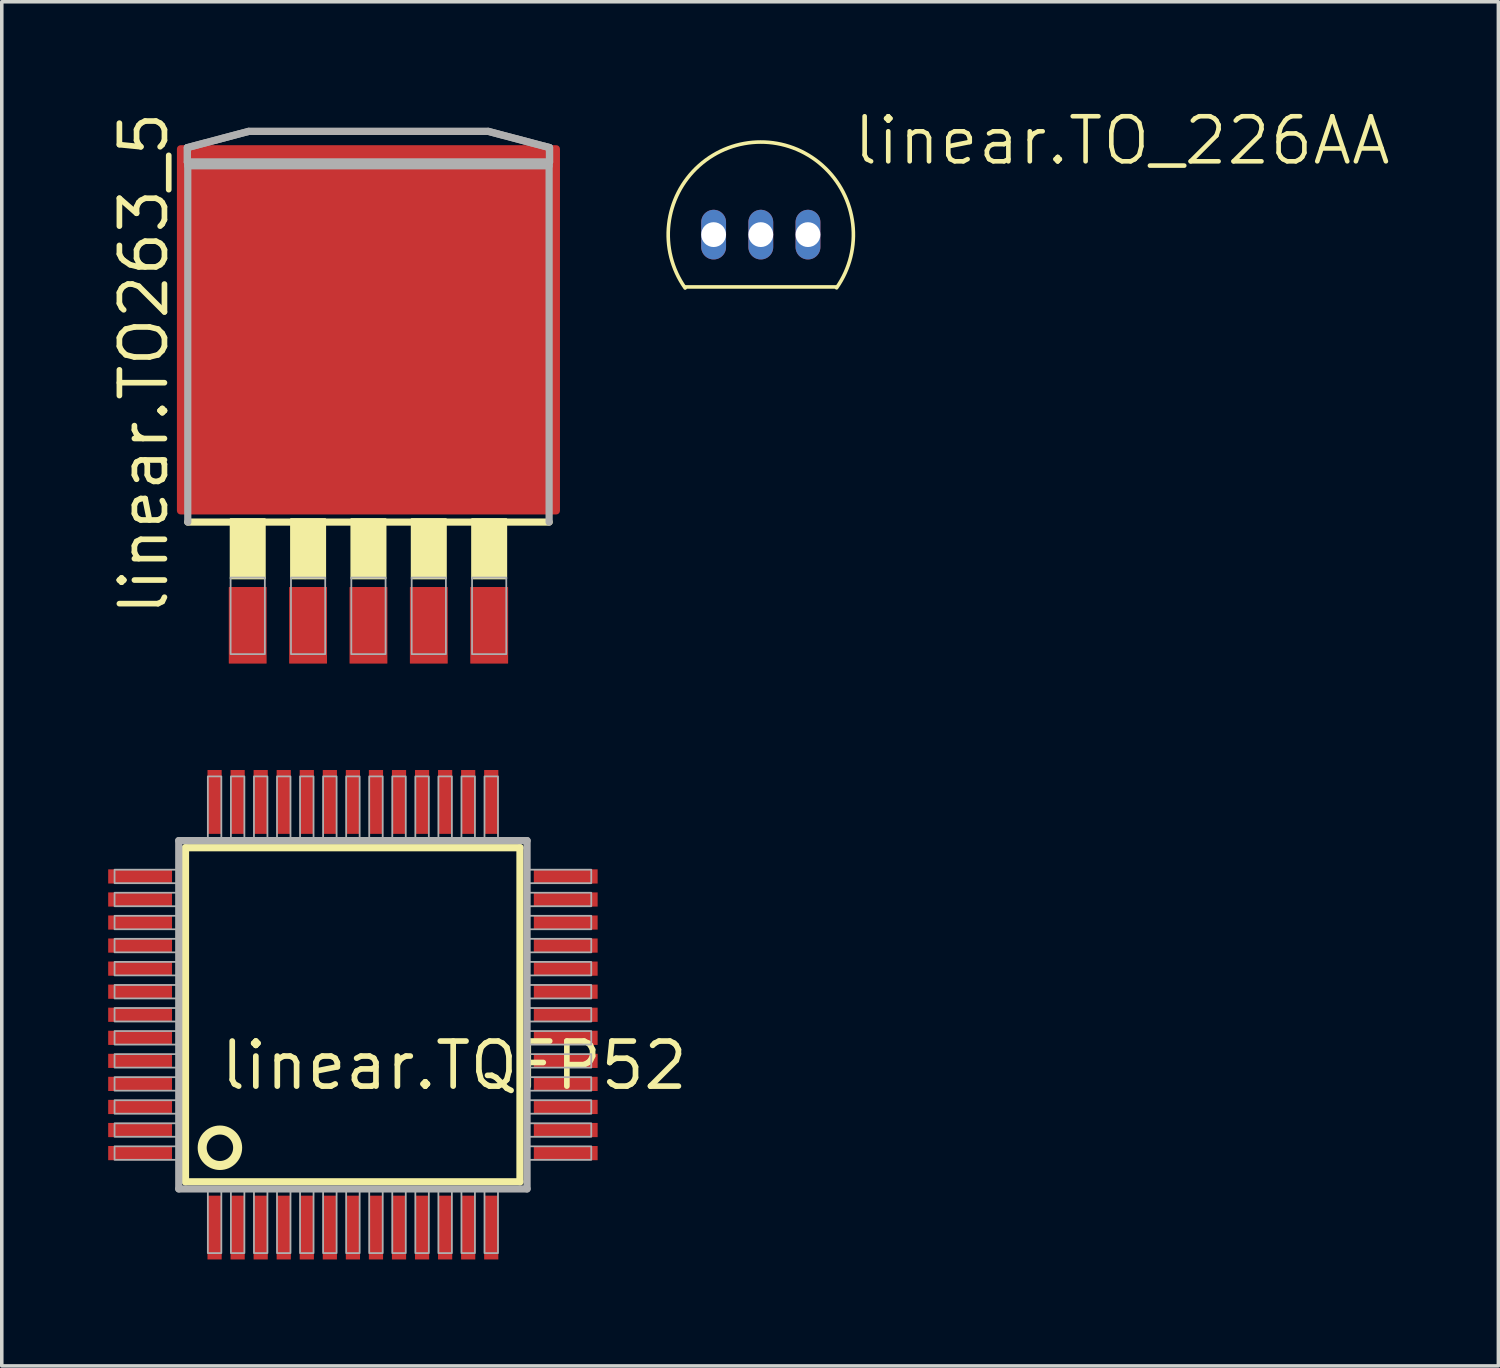
<source format=kicad_pcb>
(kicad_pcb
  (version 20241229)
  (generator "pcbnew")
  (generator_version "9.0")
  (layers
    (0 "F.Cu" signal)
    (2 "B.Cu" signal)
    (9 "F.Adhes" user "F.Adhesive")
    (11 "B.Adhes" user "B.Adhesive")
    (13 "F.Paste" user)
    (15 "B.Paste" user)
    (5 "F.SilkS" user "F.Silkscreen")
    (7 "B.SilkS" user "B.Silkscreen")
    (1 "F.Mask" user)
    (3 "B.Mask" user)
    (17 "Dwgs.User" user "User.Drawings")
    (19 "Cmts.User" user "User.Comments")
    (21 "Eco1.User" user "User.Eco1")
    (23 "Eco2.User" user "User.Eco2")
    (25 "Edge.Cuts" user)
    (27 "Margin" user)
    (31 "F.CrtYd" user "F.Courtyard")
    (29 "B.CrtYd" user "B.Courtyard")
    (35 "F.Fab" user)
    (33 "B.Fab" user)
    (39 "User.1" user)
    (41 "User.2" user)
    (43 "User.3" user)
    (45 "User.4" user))
  (footprint "linear.TO263_5"
    (layer "F.Cu")
    (at 7.338 8.789)
    (property "Reference" "linear.TO263_5" (at -5.588 5.588 90) (layer "F.SilkS") (effects (font (size 1.27 1.27) (thickness 0.16)) (justify left bottom)))
    (attr smd)
    (fp_line (start 5.094 2.88) (end -5.094 2.88) (stroke (width 0.203) (type default)) (layer "F.SilkS"))
    (fp_rect (start -3.886 4.47) (end -2.921 2.794) (stroke (width 0.05) (type default)) (fill yes) (layer "F.SilkS"))
    (fp_rect (start -2.184 4.47) (end -1.219 2.794) (stroke (width 0.05) (type default)) (fill yes) (layer "F.SilkS"))
    (fp_rect (start -0.483 4.47) (end 0.483 2.794) (stroke (width 0.05) (type default)) (fill yes) (layer "F.SilkS"))
    (fp_rect (start 1.219 4.47) (end 2.184 2.794) (stroke (width 0.05) (type default)) (fill yes) (layer "F.SilkS"))
    (fp_rect (start 2.921 4.47) (end 3.886 2.794) (stroke (width 0.05) (type default)) (fill yes) (layer "F.SilkS"))
    (fp_line (start -5.105 -7.678) (end -3.378 -8.135) (stroke (width 0.203) (type default)) (layer "F.Fab"))
    (fp_line (start -5.105 -7.267) (end -5.105 -7.678) (stroke (width 0.203) (type default)) (layer "F.Fab"))
    (fp_line (start -5.094 -7.165) (end 5.094 -7.165) (stroke (width 0.203) (type default)) (layer "F.Fab"))
    (fp_line (start -5.094 2.88) (end -5.094 -7.165) (stroke (width 0.203) (type default)) (layer "F.Fab"))
    (fp_line (start -3.378 -8.135) (end 3.378 -8.135) (stroke (width 0.203) (type default)) (layer "F.Fab"))
    (fp_line (start 3.378 -8.135) (end 5.105 -7.678) (stroke (width 0.203) (type default)) (layer "F.Fab"))
    (fp_line (start 5.094 -7.165) (end 5.094 2.88) (stroke (width 0.203) (type default)) (layer "F.Fab"))
    (fp_line (start 5.105 -7.678) (end 5.105 -7.267) (stroke (width 0.203) (type default)) (layer "F.Fab"))
    (fp_line (start 5.105 -7.267) (end -5.105 -7.267) (stroke (width 0.203) (type default)) (layer "F.Fab"))
    (fp_rect (start -3.886 6.604) (end -2.921 4.445) (stroke (width 0.05) (type default)) (fill no) (layer "F.Fab"))
    (fp_rect (start -2.184 6.604) (end -1.219 4.445) (stroke (width 0.05) (type default)) (fill no) (layer "F.Fab"))
    (fp_rect (start -0.483 6.604) (end 0.483 4.445) (stroke (width 0.05) (type default)) (fill no) (layer "F.Fab"))
    (fp_rect (start 1.219 6.604) (end 2.184 4.445) (stroke (width 0.05) (type default)) (fill no) (layer "F.Fab"))
    (fp_rect (start 2.921 6.604) (end 3.886 4.445) (stroke (width 0.05) (type default)) (fill no) (layer "F.Fab"))
    (fp_poly (pts (xy -5.105 -7.267) (xy -5.105 -7.678) (xy -3.378 -8.135) (xy 3.378 -8.135) (xy 5.105 -7.678) (xy 5.105 -7.267)) (stroke (width 0.203) (type default)) (fill no) (layer "F.Fab"))
    (pad "1" smd roundrect (at -3.404 5.791) (size 1.067 2.159) (layers "F.Cu" "F.Mask" "F.Paste") (roundrect_rratio 0.01))
    (pad "2" smd roundrect (at -1.702 5.791) (size 1.067 2.159) (layers "F.Cu" "F.Mask" "F.Paste") (roundrect_rratio 0.01))
    (pad "3" smd roundrect (at 0 5.791) (size 1.067 2.159) (layers "F.Cu" "F.Mask" "F.Paste") (roundrect_rratio 0.01))
    (pad "4" smd roundrect (at 1.702 5.791) (size 1.067 2.159) (layers "F.Cu" "F.Mask" "F.Paste") (roundrect_rratio 0.01))
    (pad "5" smd roundrect (at 3.404 5.791) (size 1.067 2.159) (layers "F.Cu" "F.Mask" "F.Paste") (roundrect_rratio 0.01))
    (pad "6" smd roundrect (at 0 -2.54) (size 10.8 10.41) (layers "F.Cu" "F.Mask" "F.Paste") (roundrect_rratio 0.01)))
  (footprint "linear.TQFP52"
    (layer "F.Cu")
    (at 6.9 25.56)
    (property "Reference" "linear.TQFP52" (at -3.81 2.175 0) (layer "F.SilkS") (effects (font (size 1.27 1.27) (thickness 0.16)) (justify left bottom)))
    (attr smd)
    (fp_line (start -4.72 -4.71) (end 4.71 -4.71) (stroke (width 0.203) (type default)) (layer "F.SilkS"))
    (fp_line (start -4.72 4.71) (end -4.72 -4.71) (stroke (width 0.203) (type default)) (layer "F.SilkS"))
    (fp_line (start 4.71 -4.71) (end 4.71 4.71) (stroke (width 0.203) (type default)) (layer "F.SilkS"))
    (fp_line (start 4.71 4.71) (end -4.72 4.71) (stroke (width 0.203) (type default)) (layer "F.SilkS"))
    (fp_circle (center -3.75 3.75) (end -3.25 3.75) (stroke (width 0.254) (type default)) (fill no) (layer "F.SilkS"))
    (fp_line (start -4.91 -4.91) (end -4.91 4.91) (stroke (width 0.203) (type default)) (layer "F.Fab"))
    (fp_line (start -4.91 4.91) (end 4.91 4.91) (stroke (width 0.203) (type default)) (layer "F.Fab"))
    (fp_line (start 4.91 -4.91) (end -4.91 -4.91) (stroke (width 0.203) (type default)) (layer "F.Fab"))
    (fp_line (start 4.91 4.91) (end 4.91 -4.91) (stroke (width 0.203) (type default)) (layer "F.Fab"))
    (fp_rect (start -6.72 -3.71) (end -4.95 -4.09) (stroke (width 0.05) (type default)) (fill no) (layer "F.Fab"))
    (fp_rect (start -6.72 -3.06) (end -4.95 -3.44) (stroke (width 0.05) (type default)) (fill no) (layer "F.Fab"))
    (fp_rect (start -6.72 -2.41) (end -4.95 -2.79) (stroke (width 0.05) (type default)) (fill no) (layer "F.Fab"))
    (fp_rect (start -6.72 -1.76) (end -4.95 -2.14) (stroke (width 0.05) (type default)) (fill no) (layer "F.Fab"))
    (fp_rect (start -6.72 -1.11) (end -4.95 -1.49) (stroke (width 0.05) (type default)) (fill no) (layer "F.Fab"))
    (fp_rect (start -6.72 -0.46) (end -4.95 -0.84) (stroke (width 0.05) (type default)) (fill no) (layer "F.Fab"))
    (fp_rect (start -6.72 0.19) (end -4.95 -0.19) (stroke (width 0.05) (type default)) (fill no) (layer "F.Fab"))
    (fp_rect (start -6.72 0.84) (end -4.95 0.46) (stroke (width 0.05) (type default)) (fill no) (layer "F.Fab"))
    (fp_rect (start -6.72 1.49) (end -4.95 1.11) (stroke (width 0.05) (type default)) (fill no) (layer "F.Fab"))
    (fp_rect (start -6.72 2.14) (end -4.95 1.76) (stroke (width 0.05) (type default)) (fill no) (layer "F.Fab"))
    (fp_rect (start -6.72 2.79) (end -4.95 2.41) (stroke (width 0.05) (type default)) (fill no) (layer "F.Fab"))
    (fp_rect (start -6.72 3.44) (end -4.95 3.06) (stroke (width 0.05) (type default)) (fill no) (layer "F.Fab"))
    (fp_rect (start -6.72 4.09) (end -4.95 3.71) (stroke (width 0.05) (type default)) (fill no) (layer "F.Fab"))
    (fp_rect (start -4.09 -4.95) (end -3.71 -6.72) (stroke (width 0.05) (type default)) (fill no) (layer "F.Fab"))
    (fp_rect (start -4.09 6.72) (end -3.71 4.95) (stroke (width 0.05) (type default)) (fill no) (layer "F.Fab"))
    (fp_rect (start -3.44 -4.95) (end -3.06 -6.72) (stroke (width 0.05) (type default)) (fill no) (layer "F.Fab"))
    (fp_rect (start -3.44 6.72) (end -3.06 4.95) (stroke (width 0.05) (type default)) (fill no) (layer "F.Fab"))
    (fp_rect (start -2.79 -4.95) (end -2.41 -6.72) (stroke (width 0.05) (type default)) (fill no) (layer "F.Fab"))
    (fp_rect (start -2.79 6.72) (end -2.41 4.95) (stroke (width 0.05) (type default)) (fill no) (layer "F.Fab"))
    (fp_rect (start -2.14 -4.95) (end -1.76 -6.72) (stroke (width 0.05) (type default)) (fill no) (layer "F.Fab"))
    (fp_rect (start -2.14 6.72) (end -1.76 4.95) (stroke (width 0.05) (type default)) (fill no) (layer "F.Fab"))
    (fp_rect (start -1.49 -4.95) (end -1.11 -6.72) (stroke (width 0.05) (type default)) (fill no) (layer "F.Fab"))
    (fp_rect (start -1.49 6.72) (end -1.11 4.95) (stroke (width 0.05) (type default)) (fill no) (layer "F.Fab"))
    (fp_rect (start -0.84 -4.95) (end -0.46 -6.72) (stroke (width 0.05) (type default)) (fill no) (layer "F.Fab"))
    (fp_rect (start -0.84 6.72) (end -0.46 4.95) (stroke (width 0.05) (type default)) (fill no) (layer "F.Fab"))
    (fp_rect (start -0.19 -4.95) (end 0.19 -6.72) (stroke (width 0.05) (type default)) (fill no) (layer "F.Fab"))
    (fp_rect (start -0.19 6.72) (end 0.19 4.95) (stroke (width 0.05) (type default)) (fill no) (layer "F.Fab"))
    (fp_rect (start 0.46 -4.95) (end 0.84 -6.72) (stroke (width 0.05) (type default)) (fill no) (layer "F.Fab"))
    (fp_rect (start 0.46 6.72) (end 0.84 4.95) (stroke (width 0.05) (type default)) (fill no) (layer "F.Fab"))
    (fp_rect (start 1.11 -4.95) (end 1.49 -6.72) (stroke (width 0.05) (type default)) (fill no) (layer "F.Fab"))
    (fp_rect (start 1.11 6.72) (end 1.49 4.95) (stroke (width 0.05) (type default)) (fill no) (layer "F.Fab"))
    (fp_rect (start 1.76 -4.95) (end 2.14 -6.72) (stroke (width 0.05) (type default)) (fill no) (layer "F.Fab"))
    (fp_rect (start 1.76 6.72) (end 2.14 4.95) (stroke (width 0.05) (type default)) (fill no) (layer "F.Fab"))
    (fp_rect (start 2.41 -4.95) (end 2.79 -6.72) (stroke (width 0.05) (type default)) (fill no) (layer "F.Fab"))
    (fp_rect (start 2.41 6.72) (end 2.79 4.95) (stroke (width 0.05) (type default)) (fill no) (layer "F.Fab"))
    (fp_rect (start 3.06 -4.95) (end 3.44 -6.72) (stroke (width 0.05) (type default)) (fill no) (layer "F.Fab"))
    (fp_rect (start 3.06 6.72) (end 3.44 4.95) (stroke (width 0.05) (type default)) (fill no) (layer "F.Fab"))
    (fp_rect (start 3.71 -4.95) (end 4.09 -6.72) (stroke (width 0.05) (type default)) (fill no) (layer "F.Fab"))
    (fp_rect (start 3.71 6.72) (end 4.09 4.95) (stroke (width 0.05) (type default)) (fill no) (layer "F.Fab"))
    (fp_rect (start 4.95 -3.71) (end 6.72 -4.09) (stroke (width 0.05) (type default)) (fill no) (layer "F.Fab"))
    (fp_rect (start 4.95 -3.06) (end 6.72 -3.44) (stroke (width 0.05) (type default)) (fill no) (layer "F.Fab"))
    (fp_rect (start 4.95 -2.41) (end 6.72 -2.79) (stroke (width 0.05) (type default)) (fill no) (layer "F.Fab"))
    (fp_rect (start 4.95 -1.76) (end 6.72 -2.14) (stroke (width 0.05) (type default)) (fill no) (layer "F.Fab"))
    (fp_rect (start 4.95 -1.11) (end 6.72 -1.49) (stroke (width 0.05) (type default)) (fill no) (layer "F.Fab"))
    (fp_rect (start 4.95 -0.46) (end 6.72 -0.84) (stroke (width 0.05) (type default)) (fill no) (layer "F.Fab"))
    (fp_rect (start 4.95 0.19) (end 6.72 -0.19) (stroke (width 0.05) (type default)) (fill no) (layer "F.Fab"))
    (fp_rect (start 4.95 0.84) (end 6.72 0.46) (stroke (width 0.05) (type default)) (fill no) (layer "F.Fab"))
    (fp_rect (start 4.95 1.49) (end 6.72 1.11) (stroke (width 0.05) (type default)) (fill no) (layer "F.Fab"))
    (fp_rect (start 4.95 2.14) (end 6.72 1.76) (stroke (width 0.05) (type default)) (fill no) (layer "F.Fab"))
    (fp_rect (start 4.95 2.79) (end 6.72 2.41) (stroke (width 0.05) (type default)) (fill no) (layer "F.Fab"))
    (fp_rect (start 4.95 3.44) (end 6.72 3.06) (stroke (width 0.05) (type default)) (fill no) (layer "F.Fab"))
    (fp_rect (start 4.95 4.09) (end 6.72 3.71) (stroke (width 0.05) (type default)) (fill no) (layer "F.Fab"))
    (pad "1" smd roundrect (at -3.9 6) (size 0.4 1.8) (layers "F.Cu" "F.Mask" "F.Paste") (roundrect_rratio 0.01))
    (pad "2" smd roundrect (at -3.25 6) (size 0.4 1.8) (layers "F.Cu" "F.Mask" "F.Paste") (roundrect_rratio 0.01))
    (pad "3" smd roundrect (at -2.6 6) (size 0.4 1.8) (layers "F.Cu" "F.Mask" "F.Paste") (roundrect_rratio 0.01))
    (pad "4" smd roundrect (at -1.95 6) (size 0.4 1.8) (layers "F.Cu" "F.Mask" "F.Paste") (roundrect_rratio 0.01))
    (pad "5" smd roundrect (at -1.3 6) (size 0.4 1.8) (layers "F.Cu" "F.Mask" "F.Paste") (roundrect_rratio 0.01))
    (pad "6" smd roundrect (at -0.65 6) (size 0.4 1.8) (layers "F.Cu" "F.Mask" "F.Paste") (roundrect_rratio 0.01))
    (pad "7" smd roundrect (at 0 6) (size 0.4 1.8) (layers "F.Cu" "F.Mask" "F.Paste") (roundrect_rratio 0.01))
    (pad "8" smd roundrect (at 0.65 6) (size 0.4 1.8) (layers "F.Cu" "F.Mask" "F.Paste") (roundrect_rratio 0.01))
    (pad "9" smd roundrect (at 1.3 6) (size 0.4 1.8) (layers "F.Cu" "F.Mask" "F.Paste") (roundrect_rratio 0.01))
    (pad "10" smd roundrect (at 1.95 6) (size 0.4 1.8) (layers "F.Cu" "F.Mask" "F.Paste") (roundrect_rratio 0.01))
    (pad "11" smd roundrect (at 2.6 6) (size 0.4 1.8) (layers "F.Cu" "F.Mask" "F.Paste") (roundrect_rratio 0.01))
    (pad "12" smd roundrect (at 3.25 6) (size 0.4 1.8) (layers "F.Cu" "F.Mask" "F.Paste") (roundrect_rratio 0.01))
    (pad "13" smd roundrect (at 3.9 6) (size 0.4 1.8) (layers "F.Cu" "F.Mask" "F.Paste") (roundrect_rratio 0.01))
    (pad "14" smd roundrect (at 6 3.9) (size 1.8 0.4) (layers "F.Cu" "F.Mask" "F.Paste") (roundrect_rratio 0.01))
    (pad "15" smd roundrect (at 6 3.25) (size 1.8 0.4) (layers "F.Cu" "F.Mask" "F.Paste") (roundrect_rratio 0.01))
    (pad "16" smd roundrect (at 6 2.6) (size 1.8 0.4) (layers "F.Cu" "F.Mask" "F.Paste") (roundrect_rratio 0.01))
    (pad "17" smd roundrect (at 6 1.95) (size 1.8 0.4) (layers "F.Cu" "F.Mask" "F.Paste") (roundrect_rratio 0.01))
    (pad "18" smd roundrect (at 6 1.3) (size 1.8 0.4) (layers "F.Cu" "F.Mask" "F.Paste") (roundrect_rratio 0.01))
    (pad "19" smd roundrect (at 6 0.65) (size 1.8 0.4) (layers "F.Cu" "F.Mask" "F.Paste") (roundrect_rratio 0.01))
    (pad "20" smd roundrect (at 6 0) (size 1.8 0.4) (layers "F.Cu" "F.Mask" "F.Paste") (roundrect_rratio 0.01))
    (pad "21" smd roundrect (at 6 -0.65) (size 1.8 0.4) (layers "F.Cu" "F.Mask" "F.Paste") (roundrect_rratio 0.01))
    (pad "22" smd roundrect (at 6 -1.3) (size 1.8 0.4) (layers "F.Cu" "F.Mask" "F.Paste") (roundrect_rratio 0.01))
    (pad "23" smd roundrect (at 6 -1.95) (size 1.8 0.4) (layers "F.Cu" "F.Mask" "F.Paste") (roundrect_rratio 0.01))
    (pad "24" smd roundrect (at 6 -2.6) (size 1.8 0.4) (layers "F.Cu" "F.Mask" "F.Paste") (roundrect_rratio 0.01))
    (pad "25" smd roundrect (at 6 -3.25) (size 1.8 0.4) (layers "F.Cu" "F.Mask" "F.Paste") (roundrect_rratio 0.01))
    (pad "26" smd roundrect (at 6 -3.9) (size 1.8 0.4) (layers "F.Cu" "F.Mask" "F.Paste") (roundrect_rratio 0.01))
    (pad "27" smd roundrect (at 3.9 -6) (size 0.4 1.8) (layers "F.Cu" "F.Mask" "F.Paste") (roundrect_rratio 0.01))
    (pad "28" smd roundrect (at 3.25 -6) (size 0.4 1.8) (layers "F.Cu" "F.Mask" "F.Paste") (roundrect_rratio 0.01))
    (pad "29" smd roundrect (at 2.6 -6) (size 0.4 1.8) (layers "F.Cu" "F.Mask" "F.Paste") (roundrect_rratio 0.01))
    (pad "30" smd roundrect (at 1.95 -6) (size 0.4 1.8) (layers "F.Cu" "F.Mask" "F.Paste") (roundrect_rratio 0.01))
    (pad "31" smd roundrect (at 1.3 -6) (size 0.4 1.8) (layers "F.Cu" "F.Mask" "F.Paste") (roundrect_rratio 0.01))
    (pad "32" smd roundrect (at 0.65 -6) (size 0.4 1.8) (layers "F.Cu" "F.Mask" "F.Paste") (roundrect_rratio 0.01))
    (pad "33" smd roundrect (at 0 -6) (size 0.4 1.8) (layers "F.Cu" "F.Mask" "F.Paste") (roundrect_rratio 0.01))
    (pad "34" smd roundrect (at -0.65 -6) (size 0.4 1.8) (layers "F.Cu" "F.Mask" "F.Paste") (roundrect_rratio 0.01))
    (pad "35" smd roundrect (at -1.3 -6) (size 0.4 1.8) (layers "F.Cu" "F.Mask" "F.Paste") (roundrect_rratio 0.01))
    (pad "36" smd roundrect (at -1.95 -6) (size 0.4 1.8) (layers "F.Cu" "F.Mask" "F.Paste") (roundrect_rratio 0.01))
    (pad "37" smd roundrect (at -2.6 -6) (size 0.4 1.8) (layers "F.Cu" "F.Mask" "F.Paste") (roundrect_rratio 0.01))
    (pad "38" smd roundrect (at -3.25 -6) (size 0.4 1.8) (layers "F.Cu" "F.Mask" "F.Paste") (roundrect_rratio 0.01))
    (pad "39" smd roundrect (at -3.9 -6) (size 0.4 1.8) (layers "F.Cu" "F.Mask" "F.Paste") (roundrect_rratio 0.01))
    (pad "40" smd roundrect (at -6 -3.9) (size 1.8 0.4) (layers "F.Cu" "F.Mask" "F.Paste") (roundrect_rratio 0.01))
    (pad "41" smd roundrect (at -6 -3.25) (size 1.8 0.4) (layers "F.Cu" "F.Mask" "F.Paste") (roundrect_rratio 0.01))
    (pad "42" smd roundrect (at -6 -2.6) (size 1.8 0.4) (layers "F.Cu" "F.Mask" "F.Paste") (roundrect_rratio 0.01))
    (pad "43" smd roundrect (at -6 -1.95) (size 1.8 0.4) (layers "F.Cu" "F.Mask" "F.Paste") (roundrect_rratio 0.01))
    (pad "44" smd roundrect (at -6 -1.3) (size 1.8 0.4) (layers "F.Cu" "F.Mask" "F.Paste") (roundrect_rratio 0.01))
    (pad "45" smd roundrect (at -6 -0.65) (size 1.8 0.4) (layers "F.Cu" "F.Mask" "F.Paste") (roundrect_rratio 0.01))
    (pad "46" smd roundrect (at -6 0) (size 1.8 0.4) (layers "F.Cu" "F.Mask" "F.Paste") (roundrect_rratio 0.01))
    (pad "47" smd roundrect (at -6 0.65) (size 1.8 0.4) (layers "F.Cu" "F.Mask" "F.Paste") (roundrect_rratio 0.01))
    (pad "48" smd roundrect (at -6 1.3) (size 1.8 0.4) (layers "F.Cu" "F.Mask" "F.Paste") (roundrect_rratio 0.01))
    (pad "49" smd roundrect (at -6 1.95) (size 1.8 0.4) (layers "F.Cu" "F.Mask" "F.Paste") (roundrect_rratio 0.01))
    (pad "50" smd roundrect (at -6 2.6) (size 1.8 0.4) (layers "F.Cu" "F.Mask" "F.Paste") (roundrect_rratio 0.01))
    (pad "51" smd roundrect (at -6 3.25) (size 1.8 0.4) (layers "F.Cu" "F.Mask" "F.Paste") (roundrect_rratio 0.01))
    (pad "52" smd roundrect (at -6 3.9) (size 1.8 0.4) (layers "F.Cu" "F.Mask" "F.Paste") (roundrect_rratio 0.01)))
  (footprint "linear.TO_226AA"
    (layer "F.Cu")
    (at 18.4 3.565)
    (property "Reference" "linear.TO_226AA" (at 2.54 -1.905 0) (layer "F.SilkS") (effects (font (size 1.27 1.27) (thickness 0.13)) (justify left bottom)))
    (attr through_hole)
    (fp_line (start 2.125 1.475) (end -2.125 1.475) (stroke (width 0.102) (type default)) (layer "F.SilkS"))
    (fp_arc (start -2.132862 1.505552) (mid -0.003395 -2.610704) (end 2.13677 1.5) (stroke (width 0.1016) (type default)) (layer "F.SilkS"))
    (pad "1" thru_hole oval (at -1.33 0 90) (size 1.4 0.7) (drill 0.7) (layers "*.Cu" "*.Mask"))
    (pad "2" thru_hole oval (at 0 0 90) (size 1.4 0.7) (drill 0.7) (layers "*.Cu" "*.Mask"))
    (pad "3" thru_hole oval (at 1.33 0 90) (size 1.4 0.7) (drill 0.7) (layers "*.Cu" "*.Mask")))
  (gr_rect
    (start -3 -3)
    (end 39.195 35.46)
    (stroke (width 0.1) (type default))
    (fill no)
    (layer "Edge.Cuts")))
</source>
